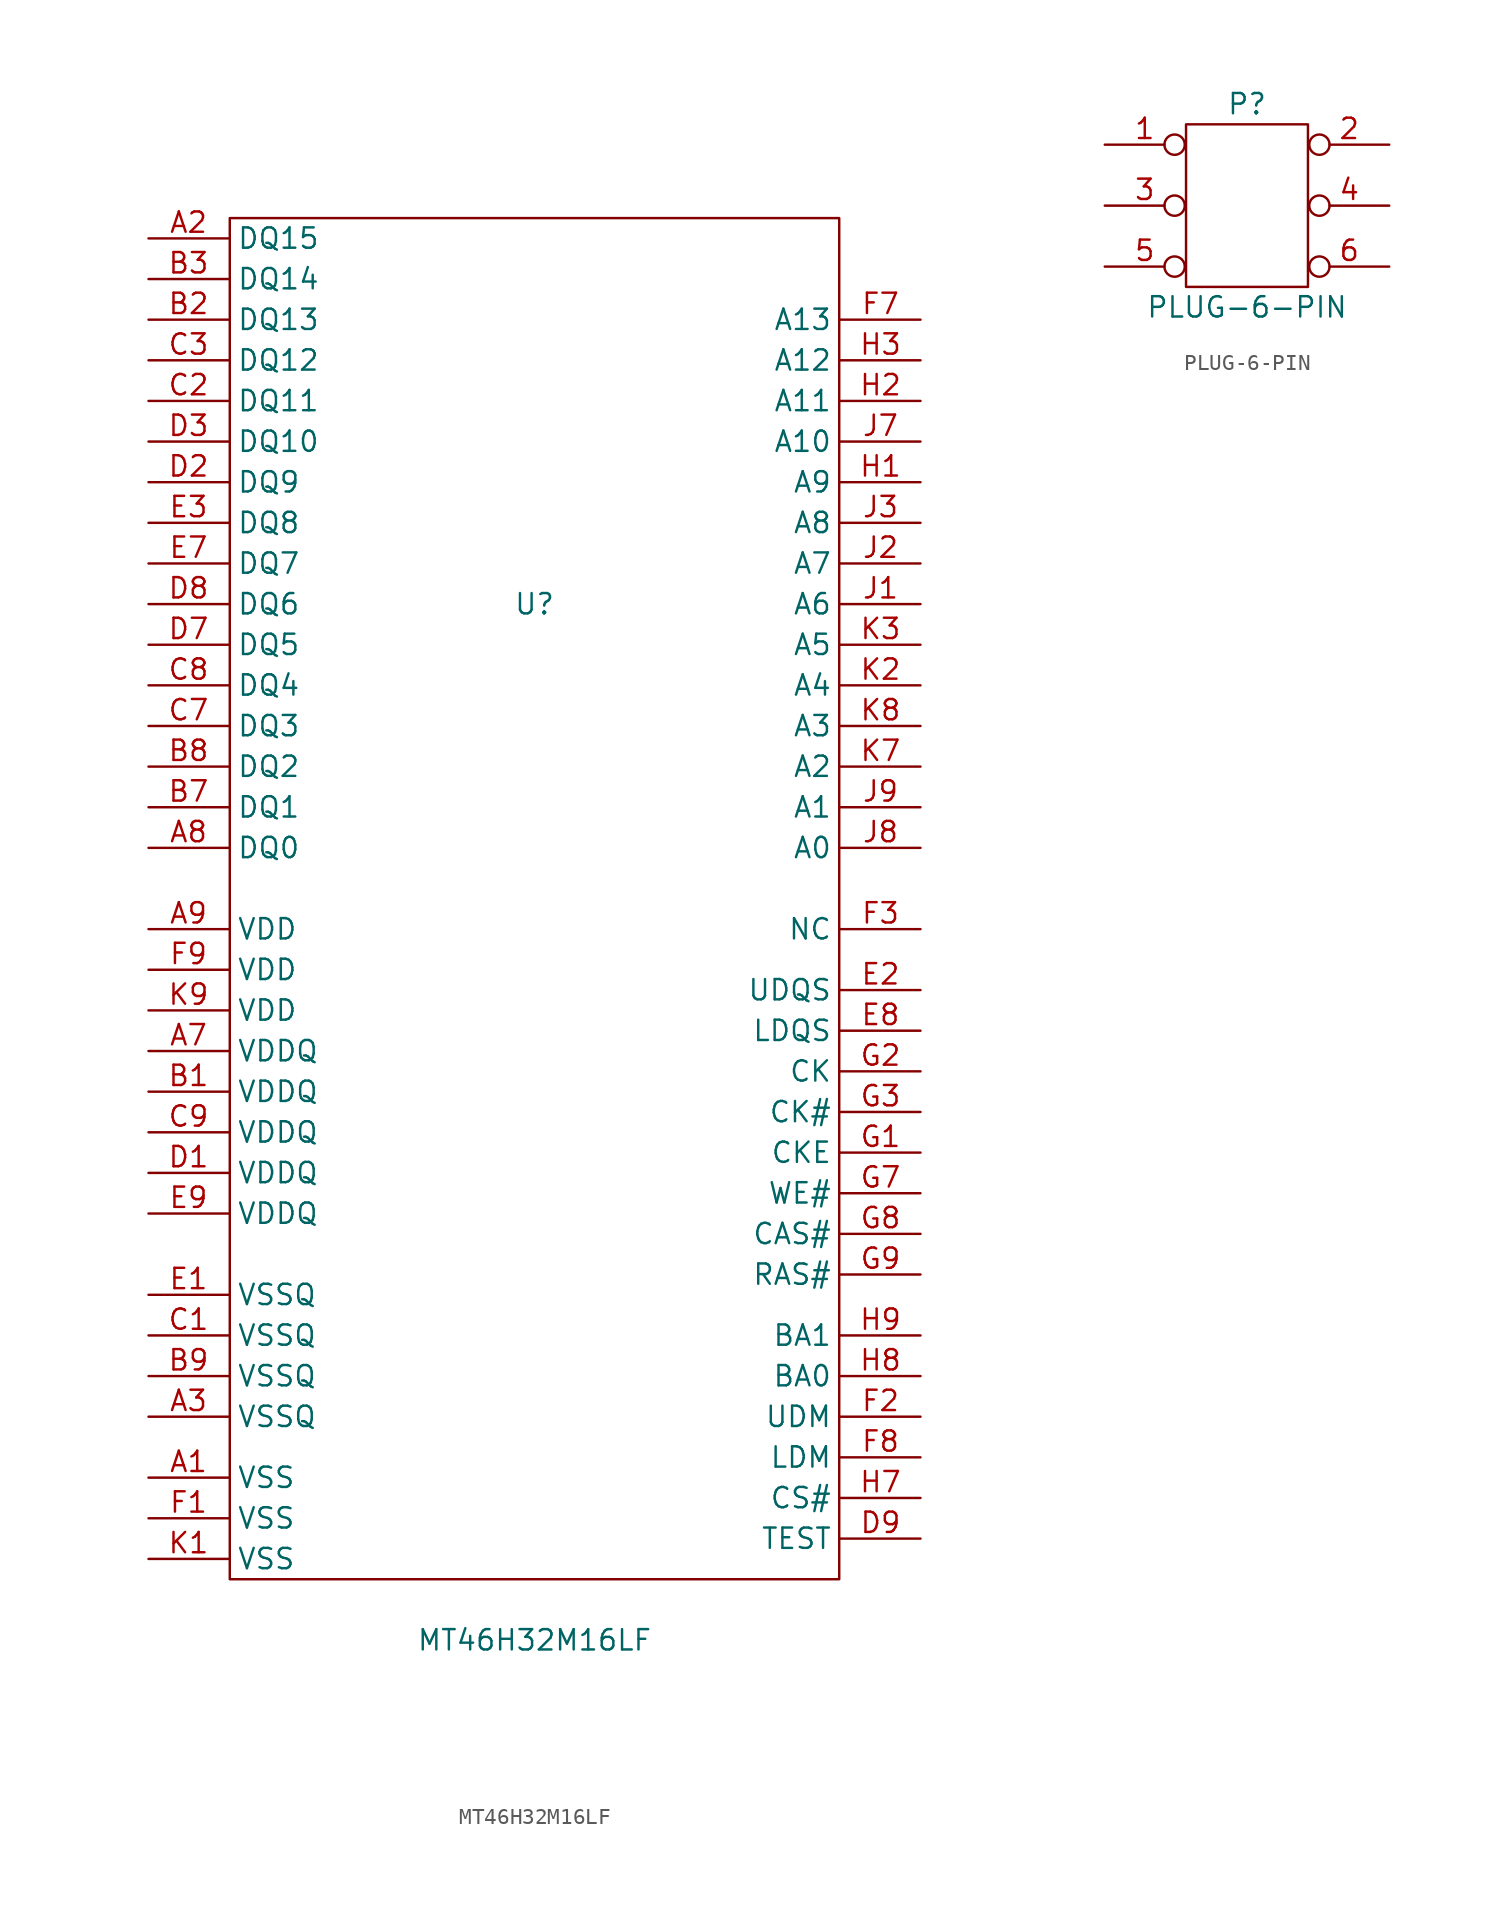
<source format=kicad_sym>
(kicad_symbol_lib
  (version 20211014)
  (generator kicad_symbol_editor)
  (symbol "MT46H32M16LF"
    (property "Reference" "U"
      (at 0 0 0)
      (effects (font (size 1.27 1.27))))
    (property "Value" "MT46H32M16LF"
      (at 0 -64.77 0)
      (effects (font (size 1.27 1.27))))
    (symbol "MT46H32M16LF_0_1"
      (rectangle (start -19.05 24.13) (end 19.05 -60.96) (stroke (width 0) (type default) (color 0 0 0 0)) (fill (type none))))
    (symbol "MT46H32M16LF_1_1"
      (pin passive line (at -24.13 -54.61 0) (length 5) (name "VSS" (effects (font (size 1.27 1.27)))) (number "A1" (effects (font (size 1.27 1.27)))))
      (pin bidirectional line (at -24.13 22.86 0) (length 5) (name "DQ15" (effects (font (size 1.27 1.27)))) (number "A2" (effects (font (size 1.27 1.27)))))
      (pin passive line (at -24.13 -50.8 0) (length 5) (name "VSSQ" (effects (font (size 1.27 1.27)))) (number "A3" (effects (font (size 1.27 1.27)))))
      (pin passive line (at -24.13 -27.94 0) (length 5) (name "VDDQ" (effects (font (size 1.27 1.27)))) (number "A7" (effects (font (size 1.27 1.27)))))
      (pin bidirectional line (at -24.13 -15.24 0) (length 5) (name "DQ0" (effects (font (size 1.27 1.27)))) (number "A8" (effects (font (size 1.27 1.27)))))
      (pin passive line (at -24.13 -20.32 0) (length 5) (name "VDD" (effects (font (size 1.27 1.27)))) (number "A9" (effects (font (size 1.27 1.27)))))
      (pin passive line (at -24.13 -30.48 0) (length 5) (name "VDDQ" (effects (font (size 1.27 1.27)))) (number "B1" (effects (font (size 1.27 1.27)))))
      (pin bidirectional line (at -24.13 17.78 0) (length 5) (name "DQ13" (effects (font (size 1.27 1.27)))) (number "B2" (effects (font (size 1.27 1.27)))))
      (pin bidirectional line (at -24.13 20.32 0) (length 5) (name "DQ14" (effects (font (size 1.27 1.27)))) (number "B3" (effects (font (size 1.27 1.27)))))
      (pin bidirectional line (at -24.13 -12.7 0) (length 5) (name "DQ1" (effects (font (size 1.27 1.27)))) (number "B7" (effects (font (size 1.27 1.27)))))
      (pin bidirectional line (at -24.13 -10.16 0) (length 5) (name "DQ2" (effects (font (size 1.27 1.27)))) (number "B8" (effects (font (size 1.27 1.27)))))
      (pin passive line (at -24.13 -48.26 0) (length 5) (name "VSSQ" (effects (font (size 1.27 1.27)))) (number "B9" (effects (font (size 1.27 1.27)))))
      (pin passive line (at -24.13 -45.72 0) (length 5) (name "VSSQ" (effects (font (size 1.27 1.27)))) (number "C1" (effects (font (size 1.27 1.27)))))
      (pin bidirectional line (at -24.13 12.7 0) (length 5) (name "DQ11" (effects (font (size 1.27 1.27)))) (number "C2" (effects (font (size 1.27 1.27)))))
      (pin bidirectional line (at -24.13 15.24 0) (length 5) (name "DQ12" (effects (font (size 1.27 1.27)))) (number "C3" (effects (font (size 1.27 1.27)))))
      (pin bidirectional line (at -24.13 -7.62 0) (length 5) (name "DQ3" (effects (font (size 1.27 1.27)))) (number "C7" (effects (font (size 1.27 1.27)))))
      (pin bidirectional line (at -24.13 -5.08 0) (length 5) (name "DQ4" (effects (font (size 1.27 1.27)))) (number "C8" (effects (font (size 1.27 1.27)))))
      (pin passive line (at -24.13 -33.02 0) (length 5) (name "VDDQ" (effects (font (size 1.27 1.27)))) (number "C9" (effects (font (size 1.27 1.27)))))
      (pin passive line (at -24.13 -35.56 0) (length 5) (name "VDDQ" (effects (font (size 1.27 1.27)))) (number "D1" (effects (font (size 1.27 1.27)))))
      (pin bidirectional line (at -24.13 7.62 0) (length 5) (name "DQ9" (effects (font (size 1.27 1.27)))) (number "D2" (effects (font (size 1.27 1.27)))))
      (pin bidirectional line (at -24.13 10.16 0) (length 5) (name "DQ10" (effects (font (size 1.27 1.27)))) (number "D3" (effects (font (size 1.27 1.27)))))
      (pin bidirectional line (at -24.13 -2.54 0) (length 5) (name "DQ5" (effects (font (size 1.27 1.27)))) (number "D7" (effects (font (size 1.27 1.27)))))
      (pin bidirectional line (at -24.13 0 0) (length 5) (name "DQ6" (effects (font (size 1.27 1.27)))) (number "D8" (effects (font (size 1.27 1.27)))))
      (pin passive line (at 24.13 -58.42 180) (length 5) (name "TEST" (effects (font (size 1.27 1.27)))) (number "D9" (effects (font (size 1.27 1.27)))))
      (pin passive line (at -24.13 -43.18 0) (length 5) (name "VSSQ" (effects (font (size 1.27 1.27)))) (number "E1" (effects (font (size 1.27 1.27)))))
      (pin bidirectional line (at 24.13 -24.13 180) (length 5) (name "UDQS" (effects (font (size 1.27 1.27)))) (number "E2" (effects (font (size 1.27 1.27)))))
      (pin bidirectional line (at -24.13 5.08 0) (length 5) (name "DQ8" (effects (font (size 1.27 1.27)))) (number "E3" (effects (font (size 1.27 1.27)))))
      (pin bidirectional line (at -24.13 2.54 0) (length 5) (name "DQ7" (effects (font (size 1.27 1.27)))) (number "E7" (effects (font (size 1.27 1.27)))))
      (pin bidirectional line (at 24.13 -26.67 180) (length 5) (name "LDQS" (effects (font (size 1.27 1.27)))) (number "E8" (effects (font (size 1.27 1.27)))))
      (pin passive line (at -24.13 -38.1 0) (length 5) (name "VDDQ" (effects (font (size 1.27 1.27)))) (number "E9" (effects (font (size 1.27 1.27)))))
      (pin passive line (at -24.13 -57.15 0) (length 5) (name "VSS" (effects (font (size 1.27 1.27)))) (number "F1" (effects (font (size 1.27 1.27)))))
      (pin input line (at 24.13 -50.8 180) (length 5) (name "UDM" (effects (font (size 1.27 1.27)))) (number "F2" (effects (font (size 1.27 1.27)))))
      (pin free line (at 24.13 -20.32 180) (length 5) (name "NC" (effects (font (size 1.27 1.27)))) (number "F3" (effects (font (size 1.27 1.27)))))
      (pin input line (at 24.13 17.78 180) (length 5) (name "A13" (effects (font (size 1.27 1.27)))) (number "F7" (effects (font (size 1.27 1.27)))))
      (pin input line (at 24.13 -53.34 180) (length 5) (name "LDM" (effects (font (size 1.27 1.27)))) (number "F8" (effects (font (size 1.27 1.27)))))
      (pin passive line (at -24.13 -22.86 0) (length 5) (name "VDD" (effects (font (size 1.27 1.27)))) (number "F9" (effects (font (size 1.27 1.27)))))
      (pin bidirectional line (at 24.13 -34.29 180) (length 5) (name "CKE" (effects (font (size 1.27 1.27)))) (number "G1" (effects (font (size 1.27 1.27)))))
      (pin bidirectional line (at 24.13 -29.21 180) (length 5) (name "CK" (effects (font (size 1.27 1.27)))) (number "G2" (effects (font (size 1.27 1.27)))))
      (pin bidirectional line (at 24.13 -31.75 180) (length 5) (name "CK#" (effects (font (size 1.27 1.27)))) (number "G3" (effects (font (size 1.27 1.27)))))
      (pin input line (at 24.13 -36.83 180) (length 5) (name "WE#" (effects (font (size 1.27 1.27)))) (number "G7" (effects (font (size 1.27 1.27)))))
      (pin input line (at 24.13 -39.37 180) (length 5) (name "CAS#" (effects (font (size 1.27 1.27)))) (number "G8" (effects (font (size 1.27 1.27)))))
      (pin input line (at 24.13 -41.91 180) (length 5) (name "RAS#" (effects (font (size 1.27 1.27)))) (number "G9" (effects (font (size 1.27 1.27)))))
      (pin input line (at 24.13 7.62 180) (length 5) (name "A9" (effects (font (size 1.27 1.27)))) (number "H1" (effects (font (size 1.27 1.27)))))
      (pin input line (at 24.13 12.7 180) (length 5) (name "A11" (effects (font (size 1.27 1.27)))) (number "H2" (effects (font (size 1.27 1.27)))))
      (pin input line (at 24.13 15.24 180) (length 5) (name "A12" (effects (font (size 1.27 1.27)))) (number "H3" (effects (font (size 1.27 1.27)))))
      (pin passive line (at 24.13 -55.88 180) (length 5) (name "CS#" (effects (font (size 1.27 1.27)))) (number "H7" (effects (font (size 1.27 1.27)))))
      (pin input line (at 24.13 -48.26 180) (length 5) (name "BA0" (effects (font (size 1.27 1.27)))) (number "H8" (effects (font (size 1.27 1.27)))))
      (pin input line (at 24.13 -45.72 180) (length 5) (name "BA1" (effects (font (size 1.27 1.27)))) (number "H9" (effects (font (size 1.27 1.27)))))
      (pin input line (at 24.13 0 180) (length 5) (name "A6" (effects (font (size 1.27 1.27)))) (number "J1" (effects (font (size 1.27 1.27)))))
      (pin input line (at 24.13 2.54 180) (length 5) (name "A7" (effects (font (size 1.27 1.27)))) (number "J2" (effects (font (size 1.27 1.27)))))
      (pin input line (at 24.13 5.08 180) (length 5) (name "A8" (effects (font (size 1.27 1.27)))) (number "J3" (effects (font (size 1.27 1.27)))))
      (pin input line (at 24.13 10.16 180) (length 5) (name "A10" (effects (font (size 1.27 1.27)))) (number "J7" (effects (font (size 1.27 1.27)))))
      (pin input line (at 24.13 -15.24 180) (length 5) (name "A0" (effects (font (size 1.27 1.27)))) (number "J8" (effects (font (size 1.27 1.27)))))
      (pin input line (at 24.13 -12.7 180) (length 5) (name "A1" (effects (font (size 1.27 1.27)))) (number "J9" (effects (font (size 1.27 1.27)))))
      (pin passive line (at -24.13 -59.69 0) (length 5) (name "VSS" (effects (font (size 1.27 1.27)))) (number "K1" (effects (font (size 1.27 1.27)))))
      (pin input line (at 24.13 -5.08 180) (length 5) (name "A4" (effects (font (size 1.27 1.27)))) (number "K2" (effects (font (size 1.27 1.27)))))
      (pin input line (at 24.13 -2.54 180) (length 5) (name "A5" (effects (font (size 1.27 1.27)))) (number "K3" (effects (font (size 1.27 1.27)))))
      (pin input line (at 24.13 -10.16 180) (length 5) (name "A2" (effects (font (size 1.27 1.27)))) (number "K7" (effects (font (size 1.27 1.27)))))
      (pin input line (at 24.13 -7.62 180) (length 5) (name "A3" (effects (font (size 1.27 1.27)))) (number "K8" (effects (font (size 1.27 1.27)))))
      (pin passive line (at -24.13 -25.4 0) (length 5) (name "VDD" (effects (font (size 1.27 1.27)))) (number "K9" (effects (font (size 1.27 1.27)))))))
  (symbol "PLUG-6-PIN"
    (property "Reference" "P"
      (at 0 6.35 0)
      (effects (font (size 1.27 1.27))))
    (property "Value" "PLUG-6-PIN"
      (at 0 -6.35 0)
      (effects (font (size 1.27 1.27))))
    (symbol "PLUG-6-PIN_0_1"
      (rectangle (start -3.81 5.08) (end 3.81 -5.08) (stroke (width 0) (type default) (color 0 0 0 0)) (fill (type none))))
    (symbol "PLUG-6-PIN_1_1"
      (pin passive inverted (at -8.89 3.81 0) (length 5) (name "" (effects (font (size 1.27 1.27)))) (number "1" (effects (font (size 1.27 1.27)))))
      (pin passive inverted (at 8.89 3.81 180) (length 5) (name "" (effects (font (size 1.27 1.27)))) (number "2" (effects (font (size 1.27 1.27)))))
      (pin passive inverted (at -8.89 0 0) (length 5) (name "" (effects (font (size 1.27 1.27)))) (number "3" (effects (font (size 1.27 1.27)))))
      (pin passive inverted (at 8.89 0 180) (length 5) (name "" (effects (font (size 1.27 1.27)))) (number "4" (effects (font (size 1.27 1.27)))))
      (pin passive inverted (at -8.89 -3.81 0) (length 5) (name "" (effects (font (size 1.27 1.27)))) (number "5" (effects (font (size 1.27 1.27)))))
      (pin passive inverted (at 8.89 -3.81 180) (length 5) (name "" (effects (font (size 1.27 1.27)))) (number "6" (effects (font (size 1.27 1.27))))))))
</source>
